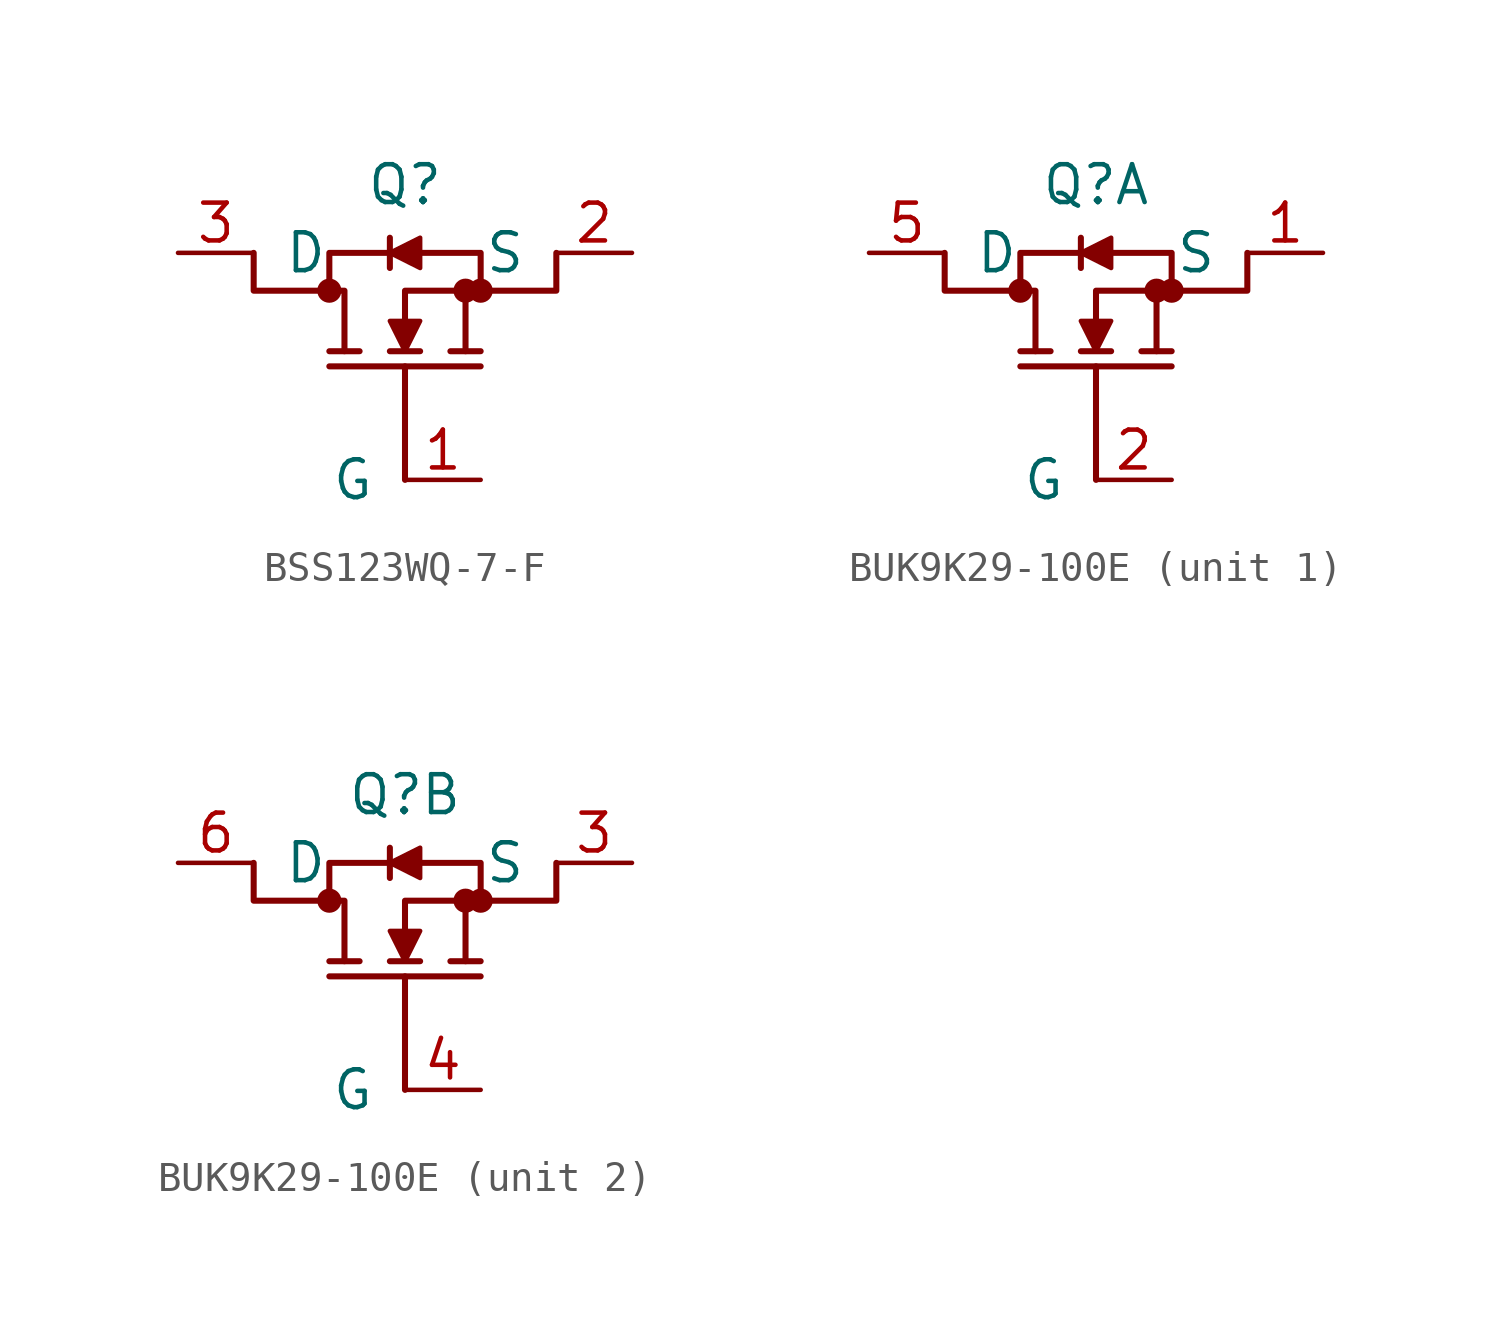
<source format=kicad_sym>
(kicad_symbol_lib
  (version 20231120)
  (generator "kicad_symbol_editor")
  (generator_version "8.0")
  (symbol "BSS123WQ-7-F"
    (pin_names
      (offset 1.016))
    (property "Reference" "Q"
      (at 0 3.556 0)
      (effects (font (size 1.27 1.27))))
    (symbol "BSS123WQ-7-F_0_1"
      (polyline (pts (xy -0.508 1.778) (xy -0.508 0.762)) (stroke (width 0.203) (type default)) (fill (type none)))
      (polyline (pts (xy 0 -6.35) (xy 0 -2.54)) (stroke (width 0.203) (type default)) (fill (type none)))
      (polyline (pts (xy 2.54 -2.54) (xy -2.54 -2.54)) (stroke (width 0.203) (type default)) (fill (type none)))
      (polyline (pts (xy 2.54 -2.032) (xy 1.524 -2.032)) (stroke (width 0.203) (type default)) (fill (type none)))
      (pin unspecified line (at 7.62 1.27 180) (length 2.54) (name "S" (effects (font (size 1.27 1.27)))) (number "2" (effects (font (size 1.27 1.27))))))
    (symbol "BSS123WQ-7-F_1_1"
      (circle (center -2.54 0) (radius 0.025) (stroke (width 0.381) (type default)) (fill (type none)))
      (polyline (pts (xy -1.524 -2.032) (xy -2.54 -2.032)) (stroke (width 0.203) (type default)) (fill (type none)))
      (polyline (pts (xy 0.508 -2.032) (xy -0.508 -2.032)) (stroke (width 0.203) (type default)) (fill (type none)))
      (polyline (pts (xy -2.032 -2.032) (xy -2.032 0) (xy -2.54 0)) (stroke (width 0.203) (type default)) (fill (type none)))
      (polyline (pts (xy -0.508 1.27) (xy 0.508 0.762) (xy 0.508 1.778) (xy -0.508 1.27)) (stroke (width 0) (type default)) (fill (type outline)))
      (polyline (pts (xy 0 -2.032) (xy 0.508 -1.016) (xy -0.508 -1.016) (xy 0 -2.032)) (stroke (width 0) (type default)) (fill (type outline)))
      (polyline (pts (xy -5.08 1.27) (xy -5.08 0) (xy -2.54 0) (xy -2.54 1.27) (xy -0.508 1.27)) (stroke (width 0.203) (type default)) (fill (type none)))
      (polyline (pts (xy 0 -1.016) (xy 0 0) (xy 2.54 0) (xy 2.032 0) (xy 2.032 -2.032)) (stroke (width 0.203) (type default)) (fill (type none)))
      (polyline (pts (xy 0.508 1.27) (xy 2.54 1.27) (xy 2.54 0) (xy 5.08 0) (xy 5.08 1.27)) (stroke (width 0.203) (type default)) (fill (type none)))
      (circle (center 2.032 0) (radius 0.025) (stroke (width 0.381) (type default)) (fill (type none)))
      (circle (center 2.54 0) (radius 0.025) (stroke (width 0.381) (type default)) (fill (type none)))
      (pin unspecified line (at 2.54 -6.35 180) (length 2.54) (name "G" (effects (font (size 1.27 1.27)))) (number "1" (effects (font (size 1.27 1.27)))))
      (pin unspecified line (at -7.62 1.27 0) (length 2.54) (name "D" (effects (font (size 1.27 1.27)))) (number "3" (effects (font (size 1.27 1.27)))))))
  (symbol "BUK9K29-100E"
    (pin_names
      (offset 1.016))
    (property "Reference" "Q"
      (at 0 3.556 0)
      (effects (font (size 1.27 1.27))))
    (symbol "BUK9K29-100E_0_1"
      (polyline (pts (xy -0.508 1.778) (xy -0.508 0.762)) (stroke (width 0.203) (type default)) (fill (type none)))
      (polyline (pts (xy 0 -6.35) (xy 0 -2.54)) (stroke (width 0.203) (type default)) (fill (type none)))
      (polyline (pts (xy 2.54 -2.54) (xy -2.54 -2.54)) (stroke (width 0.203) (type default)) (fill (type none)))
      (polyline (pts (xy 2.54 -2.032) (xy 1.524 -2.032)) (stroke (width 0.203) (type default)) (fill (type none))))
    (symbol "BUK9K29-100E_1_1"
      (circle (center -2.54 0) (radius 0.025) (stroke (width 0.381) (type default)) (fill (type none)))
      (polyline (pts (xy -1.524 -2.032) (xy -2.54 -2.032)) (stroke (width 0.203) (type default)) (fill (type none)))
      (polyline (pts (xy 0.508 -2.032) (xy -0.508 -2.032)) (stroke (width 0.203) (type default)) (fill (type none)))
      (polyline (pts (xy -2.032 -2.032) (xy -2.032 0) (xy -2.54 0)) (stroke (width 0.203) (type default)) (fill (type none)))
      (polyline (pts (xy -0.508 1.27) (xy 0.508 0.762) (xy 0.508 1.778) (xy -0.508 1.27)) (stroke (width 0) (type default)) (fill (type outline)))
      (polyline (pts (xy 0 -2.032) (xy 0.508 -1.016) (xy -0.508 -1.016) (xy 0 -2.032)) (stroke (width 0) (type default)) (fill (type outline)))
      (polyline (pts (xy -5.08 1.27) (xy -5.08 0) (xy -2.54 0) (xy -2.54 1.27) (xy -0.508 1.27)) (stroke (width 0.203) (type default)) (fill (type none)))
      (polyline (pts (xy 0 -1.016) (xy 0 0) (xy 2.54 0) (xy 2.032 0) (xy 2.032 -2.032)) (stroke (width 0.203) (type default)) (fill (type none)))
      (polyline (pts (xy 0.508 1.27) (xy 2.54 1.27) (xy 2.54 0) (xy 5.08 0) (xy 5.08 1.27)) (stroke (width 0.203) (type default)) (fill (type none)))
      (circle (center 2.032 0) (radius 0.025) (stroke (width 0.381) (type default)) (fill (type none)))
      (circle (center 2.54 0) (radius 0.025) (stroke (width 0.381) (type default)) (fill (type none)))
      (pin unspecified line (at 7.62 1.27 180) (length 2.54) (name "S" (effects (font (size 1.27 1.27)))) (number "1" (effects (font (size 1.27 1.27)))))
      (pin unspecified line (at 2.54 -6.35 180) (length 2.54) (name "G" (effects (font (size 1.27 1.27)))) (number "2" (effects (font (size 1.27 1.27)))))
      (pin unspecified line (at -7.62 1.27 0) (length 2.54) (name "D" (effects (font (size 1.27 1.27)))) (number "5" (effects (font (size 1.27 1.27))))))
    (symbol "BUK9K29-100E_2_1"
      (circle (center -2.54 0) (radius 0.025) (stroke (width 0.381) (type default)) (fill (type none)))
      (polyline (pts (xy -1.524 -2.032) (xy -2.54 -2.032)) (stroke (width 0.203) (type default)) (fill (type none)))
      (polyline (pts (xy 0.508 -2.032) (xy -0.508 -2.032)) (stroke (width 0.203) (type default)) (fill (type none)))
      (polyline (pts (xy -2.032 -2.032) (xy -2.032 0) (xy -2.54 0)) (stroke (width 0.203) (type default)) (fill (type none)))
      (polyline (pts (xy -0.508 1.27) (xy 0.508 0.762) (xy 0.508 1.778) (xy -0.508 1.27)) (stroke (width 0) (type default)) (fill (type outline)))
      (polyline (pts (xy 0 -2.032) (xy 0.508 -1.016) (xy -0.508 -1.016) (xy 0 -2.032)) (stroke (width 0) (type default)) (fill (type outline)))
      (polyline (pts (xy -5.08 1.27) (xy -5.08 0) (xy -2.54 0) (xy -2.54 1.27) (xy -0.508 1.27)) (stroke (width 0.203) (type default)) (fill (type none)))
      (polyline (pts (xy 0 -1.016) (xy 0 0) (xy 2.54 0) (xy 2.032 0) (xy 2.032 -2.032)) (stroke (width 0.203) (type default)) (fill (type none)))
      (polyline (pts (xy 0.508 1.27) (xy 2.54 1.27) (xy 2.54 0) (xy 5.08 0) (xy 5.08 1.27)) (stroke (width 0.203) (type default)) (fill (type none)))
      (circle (center 2.032 0) (radius 0.025) (stroke (width 0.381) (type default)) (fill (type none)))
      (circle (center 2.54 0) (radius 0.025) (stroke (width 0.381) (type default)) (fill (type none)))
      (pin unspecified line (at 7.62 1.27 180) (length 2.54) (name "S" (effects (font (size 1.27 1.27)))) (number "3" (effects (font (size 1.27 1.27)))))
      (pin unspecified line (at 2.54 -6.35 180) (length 2.54) (name "G" (effects (font (size 1.27 1.27)))) (number "4" (effects (font (size 1.27 1.27)))))
      (pin unspecified line (at -7.62 1.27 0) (length 2.54) (name "D" (effects (font (size 1.27 1.27)))) (number "6" (effects (font (size 1.27 1.27))))))))
</source>
